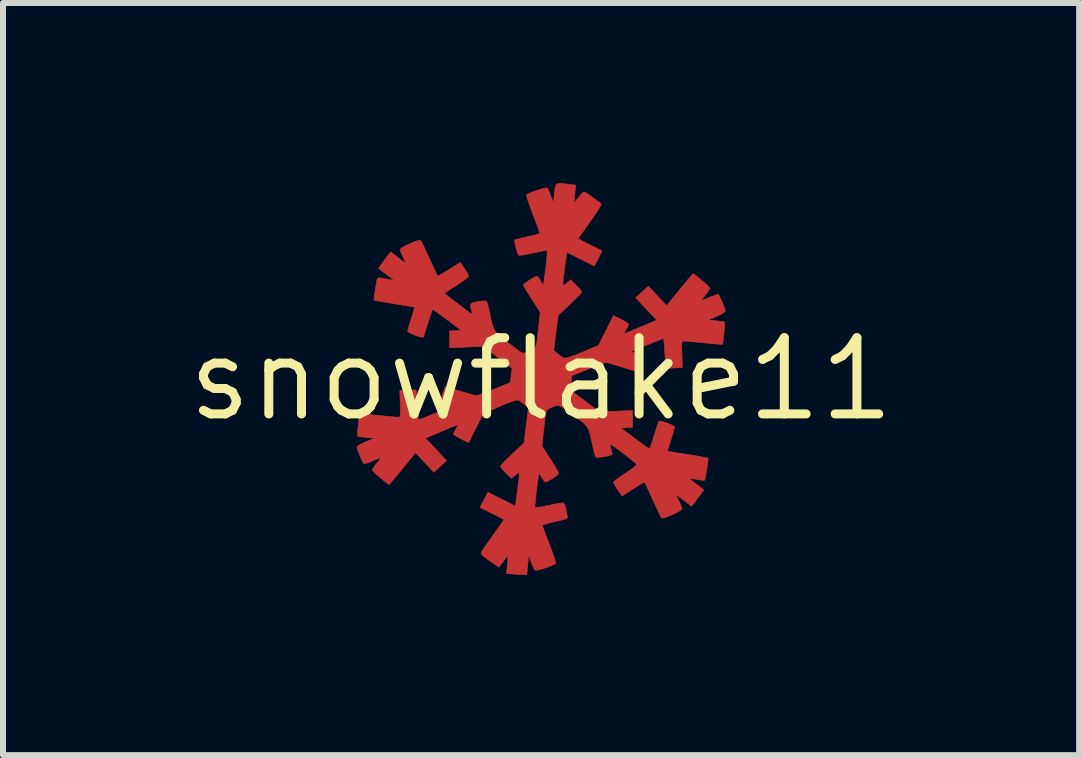
<source format=kicad_pcb>
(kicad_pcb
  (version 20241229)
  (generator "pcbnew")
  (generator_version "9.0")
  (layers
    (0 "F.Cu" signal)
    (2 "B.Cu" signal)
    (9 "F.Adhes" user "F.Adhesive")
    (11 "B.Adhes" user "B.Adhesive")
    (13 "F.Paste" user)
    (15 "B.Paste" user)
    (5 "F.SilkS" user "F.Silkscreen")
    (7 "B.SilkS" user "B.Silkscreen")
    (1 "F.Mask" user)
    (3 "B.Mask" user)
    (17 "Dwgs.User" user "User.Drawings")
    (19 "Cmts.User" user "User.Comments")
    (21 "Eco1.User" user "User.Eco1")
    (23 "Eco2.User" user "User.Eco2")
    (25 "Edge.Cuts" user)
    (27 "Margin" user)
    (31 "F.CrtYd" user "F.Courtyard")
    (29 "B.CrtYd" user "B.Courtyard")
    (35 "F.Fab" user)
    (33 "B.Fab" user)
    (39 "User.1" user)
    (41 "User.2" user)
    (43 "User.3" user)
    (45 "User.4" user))
  (footprint "snowflake11"
    (layer "F.Cu")
    (at 5.964 3.266)
    (property "Reference" "snowflake11" (at 0 0 0) (layer "F.SilkS") (effects (font (size 1.27 1.27) (thickness 0.15))))
    (attr through_hole)
    (fp_poly (pts (xy 0.37 -3.257) (xy 0.462 -3.246) (xy 0.575 -3.232) (xy 0.549 -2.932) (xy 0.598 -2.993) (xy 0.651 -3.062) (xy 0.687 -3.102) (xy 0.717 -3.115) (xy 0.751 -3.103) (xy 0.802 -3.068) (xy 0.847 -3.036) (xy 0.914 -2.987) (xy 0.967 -2.947) (xy 0.999 -2.923) (xy 1.002 -2.921) (xy 0.996 -2.899) (xy 0.969 -2.85) (xy 0.924 -2.778) (xy 0.865 -2.691) (xy 0.816 -2.622) (xy 0.614 -2.339) (xy 0.815 -2.238) (xy 1.016 -2.137) (xy 0.952 -2.011) (xy 0.888 -1.884) (xy 0.429 -2.114) (xy 0.394 -1.856) (xy 0.378 -1.733) (xy 0.367 -1.647) (xy 0.363 -1.593) (xy 0.366 -1.566) (xy 0.377 -1.561) (xy 0.397 -1.573) (xy 0.425 -1.596) (xy 0.426 -1.598) (xy 0.493 -1.654) (xy 0.585 -1.563) (xy 0.634 -1.512) (xy 0.667 -1.471) (xy 0.677 -1.453) (xy 0.663 -1.431) (xy 0.623 -1.387) (xy 0.563 -1.327) (xy 0.49 -1.257) (xy 0.481 -1.248) (xy 0.285 -1.064) (xy 0.21 -0.477) (xy 0.28 -0.419) (xy 0.332 -0.379) (xy 0.376 -0.353) (xy 0.385 -0.349) (xy 0.417 -0.352) (xy 0.479 -0.37) (xy 0.563 -0.399) (xy 0.662 -0.438) (xy 0.688 -0.449) (xy 0.956 -0.561) (xy 1.207 -1.059) (xy 1.334 -0.995) (xy 1.398 -0.96) (xy 1.443 -0.932) (xy 1.46 -0.915) (xy 1.45 -0.888) (xy 1.425 -0.842) (xy 1.418 -0.831) (xy 1.395 -0.787) (xy 1.39 -0.763) (xy 1.392 -0.762) (xy 1.416 -0.77) (xy 1.471 -0.791) (xy 1.55 -0.824) (xy 1.645 -0.863) (xy 1.667 -0.873) (xy 1.926 -0.983) (xy 1.825 -1.089) (xy 1.76 -1.159) (xy 1.693 -1.231) (xy 1.651 -1.277) (xy 1.577 -1.359) (xy 1.683 -1.453) (xy 1.789 -1.548) (xy 1.94 -1.386) (xy 2.091 -1.223) (xy 2.308 -1.49) (xy 2.381 -1.58) (xy 2.445 -1.656) (xy 2.495 -1.715) (xy 2.525 -1.75) (xy 2.533 -1.757) (xy 2.554 -1.744) (xy 2.597 -1.711) (xy 2.653 -1.665) (xy 2.711 -1.615) (xy 2.764 -1.569) (xy 2.8 -1.534) (xy 2.812 -1.52) (xy 2.803 -1.495) (xy 2.774 -1.449) (xy 2.742 -1.407) (xy 2.702 -1.357) (xy 2.679 -1.322) (xy 2.677 -1.312) (xy 2.701 -1.32) (xy 2.753 -1.34) (xy 2.818 -1.366) (xy 2.884 -1.393) (xy 2.934 -1.41) (xy 2.954 -1.413) (xy 2.97 -1.386) (xy 2.995 -1.333) (xy 3.023 -1.267) (xy 3.048 -1.202) (xy 3.065 -1.153) (xy 3.069 -1.134) (xy 3.051 -1.113) (xy 3.003 -1.082) (xy 2.935 -1.049) (xy 2.926 -1.045) (xy 2.783 -0.984) (xy 2.916 -0.972) (xy 2.986 -0.964) (xy 3.037 -0.956) (xy 3.057 -0.95) (xy 3.058 -0.927) (xy 3.056 -0.874) (xy 3.051 -0.803) (xy 3.043 -0.726) (xy 3.035 -0.655) (xy 3.028 -0.603) (xy 3.022 -0.581) (xy 2.999 -0.58) (xy 2.943 -0.583) (xy 2.859 -0.59) (xy 2.757 -0.6) (xy 2.719 -0.604) (xy 2.608 -0.615) (xy 2.51 -0.624) (xy 2.433 -0.631) (xy 2.387 -0.634) (xy 2.381 -0.634) (xy 2.362 -0.632) (xy 2.35 -0.62) (xy 2.344 -0.591) (xy 2.342 -0.537) (xy 2.345 -0.451) (xy 2.346 -0.415) (xy 2.354 -0.194) (xy 2.22 -0.186) (xy 2.15 -0.182) (xy 2.099 -0.18) (xy 2.081 -0.18) (xy 2.078 -0.2) (xy 2.073 -0.254) (xy 2.068 -0.334) (xy 2.062 -0.429) (xy 2.055 -0.526) (xy 2.049 -0.605) (xy 2.043 -0.658) (xy 2.038 -0.677) (xy 2.016 -0.67) (xy 1.963 -0.649) (xy 1.885 -0.618) (xy 1.79 -0.579) (xy 1.762 -0.568) (xy 1.495 -0.458) (xy 1.583 -0.428) (xy 1.637 -0.405) (xy 1.669 -0.381) (xy 1.672 -0.372) (xy 1.666 -0.342) (xy 1.651 -0.287) (xy 1.632 -0.224) (xy 1.613 -0.168) (xy 1.599 -0.134) (xy 1.597 -0.131) (xy 1.576 -0.134) (xy 1.523 -0.148) (xy 1.446 -0.171) (xy 1.353 -0.2) (xy 1.257 -0.229) (xy 1.174 -0.254) (xy 1.113 -0.27) (xy 1.084 -0.275) (xy 1.054 -0.268) (xy 0.993 -0.247) (xy 0.909 -0.216) (xy 0.81 -0.177) (xy 0.783 -0.166) (xy 0.512 -0.057) (xy 0.498 0.059) (xy 0.493 0.126) (xy 0.495 0.175) (xy 0.501 0.191) (xy 0.524 0.209) (xy 0.574 0.247) (xy 0.644 0.3) (xy 0.728 0.362) (xy 0.747 0.377) (xy 0.976 0.545) (xy 1.25 0.534) (xy 1.524 0.523) (xy 1.524 0.802) (xy 1.428 0.808) (xy 1.332 0.815) (xy 1.565 0.99) (xy 1.65 1.053) (xy 1.723 1.106) (xy 1.776 1.144) (xy 1.803 1.163) (xy 1.805 1.164) (xy 1.814 1.145) (xy 1.832 1.094) (xy 1.858 1.019) (xy 1.884 0.937) (xy 1.913 0.845) (xy 1.938 0.77) (xy 1.955 0.718) (xy 1.962 0.7) (xy 1.986 0.699) (xy 2.035 0.71) (xy 2.097 0.731) (xy 2.157 0.755) (xy 2.203 0.779) (xy 2.222 0.797) (xy 2.223 0.797) (xy 2.216 0.829) (xy 2.2 0.89) (xy 2.176 0.97) (xy 2.162 1.013) (xy 2.102 1.201) (xy 2.439 1.255) (xy 2.553 1.273) (xy 2.651 1.29) (xy 2.727 1.304) (xy 2.772 1.313) (xy 2.783 1.316) (xy 2.782 1.338) (xy 2.776 1.391) (xy 2.766 1.461) (xy 2.754 1.538) (xy 2.742 1.608) (xy 2.731 1.662) (xy 2.724 1.686) (xy 2.724 1.686) (xy 2.701 1.686) (xy 2.649 1.68) (xy 2.603 1.672) (xy 2.54 1.662) (xy 2.495 1.657) (xy 2.483 1.659) (xy 2.495 1.674) (xy 2.533 1.707) (xy 2.589 1.752) (xy 2.593 1.755) (xy 2.71 1.844) (xy 2.646 1.933) (xy 2.6 1.995) (xy 2.559 2.051) (xy 2.544 2.07) (xy 2.507 2.118) (xy 2.383 2.022) (xy 2.323 1.976) (xy 2.276 1.942) (xy 2.252 1.926) (xy 2.251 1.926) (xy 2.255 1.943) (xy 2.275 1.987) (xy 2.296 2.031) (xy 2.326 2.093) (xy 2.345 2.142) (xy 2.349 2.159) (xy 2.332 2.179) (xy 2.285 2.208) (xy 2.221 2.24) (xy 2.15 2.272) (xy 2.083 2.298) (xy 2.033 2.314) (xy 2.009 2.313) (xy 1.994 2.289) (xy 1.966 2.233) (xy 1.928 2.153) (xy 1.883 2.057) (xy 1.862 2.011) (xy 1.816 1.91) (xy 1.776 1.824) (xy 1.745 1.759) (xy 1.727 1.722) (xy 1.724 1.717) (xy 1.704 1.725) (xy 1.657 1.751) (xy 1.59 1.792) (xy 1.532 1.828) (xy 1.348 1.948) (xy 1.277 1.842) (xy 1.239 1.783) (xy 1.214 1.736) (xy 1.206 1.716) (xy 1.223 1.697) (xy 1.269 1.661) (xy 1.336 1.613) (xy 1.409 1.564) (xy 1.498 1.505) (xy 1.555 1.463) (xy 1.584 1.435) (xy 1.589 1.416) (xy 1.584 1.408) (xy 1.539 1.371) (xy 1.477 1.321) (xy 1.405 1.265) (xy 1.33 1.208) (xy 1.259 1.156) (xy 1.201 1.114) (xy 1.163 1.089) (xy 1.152 1.084) (xy 1.152 1.108) (xy 1.162 1.156) (xy 1.165 1.165) (xy 1.178 1.217) (xy 1.185 1.249) (xy 1.185 1.251) (xy 1.166 1.263) (xy 1.119 1.277) (xy 1.056 1.29) (xy 0.992 1.299) (xy 0.939 1.303) (xy 0.912 1.299) (xy 0.911 1.298) (xy 0.9 1.27) (xy 0.883 1.212) (xy 0.864 1.135) (xy 0.859 1.111) (xy 0.833 0.992) (xy 0.812 0.904) (xy 0.79 0.84) (xy 0.762 0.79) (xy 0.723 0.745) (xy 0.667 0.697) (xy 0.588 0.636) (xy 0.546 0.604) (xy 0.451 0.531) (xy 0.382 0.482) (xy 0.331 0.452) (xy 0.289 0.441) (xy 0.249 0.444) (xy 0.202 0.46) (xy 0.158 0.478) (xy 0.129 0.491) (xy 0.108 0.508) (xy 0.092 0.533) (xy 0.079 0.575) (xy 0.068 0.64) (xy 0.056 0.733) (xy 0.042 0.862) (xy 0.041 0.87) (xy 0.015 1.115) (xy 0.156 1.334) (xy 0.21 1.419) (xy 0.254 1.492) (xy 0.284 1.545) (xy 0.296 1.57) (xy 0.296 1.57) (xy 0.28 1.59) (xy 0.238 1.622) (xy 0.184 1.658) (xy 0.13 1.69) (xy 0.087 1.711) (xy 0.074 1.714) (xy 0.051 1.697) (xy 0.021 1.655) (xy 0.012 1.64) (xy -0.015 1.596) (xy -0.033 1.574) (xy -0.035 1.574) (xy -0.041 1.597) (xy -0.05 1.653) (xy -0.061 1.731) (xy -0.072 1.823) (xy -0.084 1.918) (xy -0.093 2.006) (xy -0.1 2.078) (xy -0.103 2.124) (xy -0.102 2.135) (xy -0.08 2.138) (xy -0.026 2.132) (xy 0.053 2.118) (xy 0.127 2.103) (xy 0.22 2.083) (xy 0.299 2.069) (xy 0.353 2.061) (xy 0.373 2.062) (xy 0.392 2.087) (xy 0.408 2.137) (xy 0.412 2.152) (xy 0.424 2.218) (xy 0.436 2.273) (xy 0.437 2.279) (xy 0.439 2.3) (xy 0.429 2.316) (xy 0.398 2.331) (xy 0.342 2.347) (xy 0.252 2.369) (xy 0.235 2.372) (xy 0.146 2.394) (xy 0.076 2.413) (xy 0.032 2.429) (xy 0.021 2.436) (xy 0.028 2.46) (xy 0.049 2.517) (xy 0.079 2.598) (xy 0.117 2.697) (xy 0.138 2.752) (xy 0.177 2.857) (xy 0.21 2.948) (xy 0.233 3.019) (xy 0.244 3.061) (xy 0.244 3.069) (xy 0.217 3.087) (xy 0.164 3.111) (xy 0.095 3.137) (xy 0.022 3.16) (xy -0.044 3.178) (xy -0.09 3.186) (xy -0.104 3.183) (xy -0.121 3.154) (xy -0.145 3.099) (xy -0.164 3.048) (xy -0.207 2.932) (xy -0.222 3.096) (xy -0.238 3.26) (xy -0.325 3.256) (xy -0.406 3.251) (xy -0.487 3.245) (xy -0.494 3.244) (xy -0.576 3.236) (xy -0.561 3.089) (xy -0.555 3.016) (xy -0.553 2.964) (xy -0.555 2.942) (xy -0.555 2.942) (xy -0.571 2.958) (xy -0.604 2.998) (xy -0.633 3.038) (xy -0.701 3.133) (xy -0.858 3.025) (xy -0.934 2.97) (xy -0.979 2.932) (xy -0.994 2.91) (xy -0.55 2.91) (xy -0.54 2.921) (xy -0.529 2.91) (xy -0.54 2.9) (xy -0.55 2.91) (xy -0.994 2.91) (xy -0.998 2.904) (xy -0.997 2.883) (xy -0.996 2.882) (xy -0.977 2.853) (xy -0.939 2.796) (xy -0.886 2.72) (xy -0.822 2.631) (xy -0.796 2.593) (xy -0.614 2.339) (xy -0.815 2.238) (xy -1.016 2.137) (xy -0.952 2.011) (xy -0.888 1.884) (xy -0.429 2.114) (xy -0.394 1.856) (xy -0.378 1.733) (xy -0.367 1.647) (xy -0.363 1.593) (xy -0.367 1.566) (xy -0.377 1.561) (xy -0.397 1.573) (xy -0.425 1.596) (xy -0.427 1.597) (xy -0.493 1.654) (xy -0.585 1.563) (xy -0.634 1.512) (xy -0.667 1.471) (xy -0.677 1.453) (xy -0.663 1.431) (xy -0.623 1.387) (xy -0.563 1.327) (xy -0.49 1.257) (xy -0.481 1.248) (xy -0.285 1.064) (xy -0.21 0.477) (xy -0.28 0.419) (xy -0.332 0.379) (xy -0.376 0.352) (xy -0.385 0.349) (xy -0.417 0.352) (xy -0.48 0.371) (xy -0.565 0.402) (xy -0.666 0.443) (xy -0.693 0.455) (xy -0.965 0.574) (xy -1.086 0.816) (xy -1.207 1.059) (xy -1.334 0.995) (xy -1.398 0.96) (xy -1.443 0.932) (xy -1.46 0.915) (xy -1.45 0.888) (xy -1.425 0.842) (xy -1.418 0.831) (xy -1.395 0.787) (xy -1.39 0.763) (xy -1.392 0.762) (xy -1.416 0.77) (xy -1.471 0.791) (xy -1.55 0.824) (xy -1.645 0.863) (xy -1.667 0.873) (xy -1.926 0.983) (xy -1.825 1.089) (xy -1.76 1.159) (xy -1.693 1.231) (xy -1.651 1.277) (xy -1.577 1.358) (xy -1.683 1.455) (xy -1.788 1.551) (xy -2.091 1.223) (xy -2.308 1.49) (xy -2.381 1.58) (xy -2.445 1.656) (xy -2.495 1.715) (xy -2.525 1.75) (xy -2.533 1.757) (xy -2.554 1.744) (xy -2.597 1.711) (xy -2.653 1.665) (xy -2.711 1.615) (xy -2.764 1.569) (xy -2.8 1.534) (xy -2.812 1.52) (xy -2.803 1.495) (xy -2.774 1.449) (xy -2.742 1.407) (xy -2.702 1.357) (xy -2.679 1.322) (xy -2.677 1.312) (xy -2.701 1.32) (xy -2.753 1.34) (xy -2.818 1.366) (xy -2.884 1.393) (xy -2.933 1.41) (xy -2.953 1.414) (xy -2.968 1.388) (xy -2.992 1.335) (xy -3.02 1.27) (xy -3.045 1.205) (xy -3.064 1.154) (xy -3.069 1.132) (xy -3.051 1.112) (xy -3.003 1.083) (xy -2.934 1.051) (xy -2.921 1.045) (xy -2.773 0.984) (xy -2.91 0.972) (xy -2.982 0.964) (xy -3.035 0.957) (xy -3.057 0.951) (xy -3.058 0.928) (xy -3.056 0.874) (xy -3.05 0.803) (xy -3.043 0.726) (xy -3.035 0.655) (xy -3.028 0.603) (xy -3.022 0.581) (xy -2.999 0.58) (xy -2.943 0.583) (xy -2.859 0.59) (xy -2.757 0.6) (xy -2.719 0.604) (xy -2.608 0.615) (xy -2.51 0.624) (xy -2.433 0.631) (xy -2.387 0.634) (xy -2.381 0.634) (xy -2.362 0.632) (xy -2.35 0.62) (xy -2.344 0.591) (xy -2.342 0.537) (xy -2.345 0.451) (xy -2.346 0.415) (xy -2.354 0.194) (xy -2.22 0.186) (xy -2.15 0.182) (xy -2.099 0.18) (xy -2.081 0.18) (xy -2.078 0.2) (xy -2.073 0.254) (xy -2.068 0.334) (xy -2.062 0.429) (xy -2.055 0.526) (xy -2.049 0.605) (xy -2.043 0.658) (xy -2.038 0.677) (xy -2.016 0.67) (xy -1.963 0.649) (xy -1.885 0.618) (xy -1.79 0.579) (xy -1.762 0.568) (xy -1.495 0.458) (xy -1.583 0.428) (xy -1.637 0.405) (xy -1.669 0.381) (xy -1.672 0.372) (xy -1.666 0.342) (xy -1.651 0.287) (xy -1.632 0.224) (xy -1.613 0.168) (xy -1.599 0.134) (xy -1.597 0.131) (xy -1.576 0.134) (xy -1.523 0.148) (xy -1.445 0.171) (xy -1.351 0.199) (xy -1.35 0.2) (xy -1.253 0.229) (xy -1.169 0.253) (xy -1.107 0.269) (xy -1.077 0.275) (xy -1.051 0.268) (xy -0.995 0.248) (xy -0.917 0.219) (xy -0.828 0.185) (xy -0.735 0.148) (xy -0.649 0.114) (xy -0.577 0.084) (xy -0.53 0.063) (xy -0.515 0.056) (xy -0.511 0.035) (xy -0.504 -0.015) (xy -0.498 -0.065) (xy -0.483 -0.182) (xy -0.725 -0.364) (xy -0.967 -0.546) (xy -1.245 -0.534) (xy -1.524 -0.523) (xy -1.524 -0.802) (xy -1.428 -0.808) (xy -1.332 -0.815) (xy -1.565 -0.99) (xy -1.65 -1.053) (xy -1.723 -1.106) (xy -1.776 -1.144) (xy -1.803 -1.163) (xy -1.805 -1.164) (xy -1.814 -1.145) (xy -1.832 -1.094) (xy -1.858 -1.019) (xy -1.884 -0.937) (xy -1.913 -0.845) (xy -1.938 -0.77) (xy -1.955 -0.718) (xy -1.962 -0.7) (xy -1.986 -0.699) (xy -2.035 -0.71) (xy -2.097 -0.731) (xy -2.157 -0.755) (xy -2.203 -0.779) (xy -2.222 -0.797) (xy -2.223 -0.797) (xy -2.216 -0.829) (xy -2.2 -0.89) (xy -2.176 -0.97) (xy -2.162 -1.013) (xy -2.102 -1.201) (xy -2.439 -1.255) (xy -2.553 -1.273) (xy -2.652 -1.29) (xy -2.727 -1.304) (xy -2.773 -1.313) (xy -2.783 -1.316) (xy -2.784 -1.339) (xy -2.778 -1.391) (xy -2.771 -1.439) (xy -2.757 -1.52) (xy -2.745 -1.595) (xy -2.74 -1.626) (xy -2.728 -1.673) (xy -2.706 -1.689) (xy -2.671 -1.685) (xy -2.611 -1.674) (xy -2.54 -1.662) (xy -2.529 -1.66) (xy -2.445 -1.646) (xy -2.577 -1.746) (xy -2.709 -1.845) (xy -2.645 -1.933) (xy -2.6 -1.996) (xy -2.558 -2.052) (xy -2.543 -2.071) (xy -2.506 -2.12) (xy -2.401 -2.038) (xy -2.327 -1.98) (xy -2.282 -1.949) (xy -2.263 -1.945) (xy -2.265 -1.966) (xy -2.287 -2.013) (xy -2.295 -2.029) (xy -2.325 -2.092) (xy -2.345 -2.141) (xy -2.349 -2.16) (xy -2.332 -2.179) (xy -2.285 -2.208) (xy -2.221 -2.24) (xy -2.15 -2.272) (xy -2.084 -2.298) (xy -2.033 -2.314) (xy -2.009 -2.313) (xy -1.994 -2.289) (xy -1.966 -2.233) (xy -1.928 -2.154) (xy -1.883 -2.057) (xy -1.861 -2.011) (xy -1.815 -1.91) (xy -1.775 -1.824) (xy -1.744 -1.759) (xy -1.727 -1.723) (xy -1.724 -1.717) (xy -1.704 -1.725) (xy -1.657 -1.751) (xy -1.59 -1.791) (xy -1.532 -1.827) (xy -1.347 -1.945) (xy -1.277 -1.841) (xy -1.239 -1.782) (xy -1.213 -1.735) (xy -1.206 -1.715) (xy -1.223 -1.696) (xy -1.269 -1.659) (xy -1.336 -1.611) (xy -1.408 -1.564) (xy -1.488 -1.512) (xy -1.552 -1.47) (xy -1.595 -1.44) (xy -1.609 -1.43) (xy -1.593 -1.416) (xy -1.551 -1.382) (xy -1.491 -1.335) (xy -1.419 -1.279) (xy -1.344 -1.222) (xy -1.274 -1.169) (xy -1.215 -1.125) (xy -1.176 -1.097) (xy -1.167 -1.091) (xy -1.147 -1.087) (xy -1.15 -1.114) (xy -1.172 -1.19) (xy -1.178 -1.236) (xy -1.162 -1.262) (xy -1.119 -1.277) (xy -1.057 -1.29) (xy -0.987 -1.301) (xy -0.933 -1.303) (xy -0.91 -1.298) (xy -0.898 -1.27) (xy -0.882 -1.212) (xy -0.863 -1.135) (xy -0.858 -1.111) (xy -0.833 -0.992) (xy -0.812 -0.906) (xy -0.79 -0.842) (xy -0.762 -0.792) (xy -0.722 -0.747) (xy -0.665 -0.697) (xy -0.585 -0.634) (xy -0.562 -0.617) (xy -0.477 -0.552) (xy -0.403 -0.496) (xy -0.347 -0.455) (xy -0.315 -0.434) (xy -0.312 -0.433) (xy -0.277 -0.435) (xy -0.221 -0.451) (xy -0.187 -0.465) (xy -0.148 -0.483) (xy -0.119 -0.5) (xy -0.098 -0.525) (xy -0.083 -0.562) (xy -0.07 -0.62) (xy -0.059 -0.704) (xy -0.046 -0.821) (xy -0.041 -0.87) (xy -0.015 -1.115) (xy -0.156 -1.334) (xy -0.21 -1.419) (xy -0.254 -1.491) (xy -0.284 -1.543) (xy -0.296 -1.567) (xy -0.296 -1.568) (xy -0.28 -1.587) (xy -0.239 -1.618) (xy -0.185 -1.655) (xy -0.13 -1.688) (xy -0.087 -1.71) (xy -0.071 -1.714) (xy -0.049 -1.698) (xy -0.018 -1.656) (xy -0.007 -1.637) (xy 0.038 -1.56) (xy 0.05 -1.643) (xy 0.063 -1.734) (xy 0.075 -1.834) (xy 0.087 -1.934) (xy 0.096 -2.023) (xy 0.102 -2.094) (xy 0.104 -2.137) (xy 0.103 -2.146) (xy 0.081 -2.145) (xy 0.026 -2.135) (xy -0.053 -2.119) (xy -0.127 -2.103) (xy -0.22 -2.083) (xy -0.298 -2.069) (xy -0.353 -2.061) (xy -0.372 -2.061) (xy -0.386 -2.084) (xy -0.403 -2.134) (xy -0.421 -2.196) (xy -0.434 -2.258) (xy -0.441 -2.304) (xy -0.439 -2.32) (xy -0.417 -2.327) (xy -0.363 -2.341) (xy -0.286 -2.359) (xy -0.233 -2.371) (xy -0.146 -2.391) (xy -0.077 -2.408) (xy -0.033 -2.42) (xy -0.024 -2.424) (xy -0.028 -2.446) (xy -0.045 -2.501) (xy -0.073 -2.58) (xy -0.11 -2.679) (xy -0.134 -2.743) (xy -0.175 -2.85) (xy -0.196 -2.91) (xy 0.529 -2.91) (xy 0.54 -2.9) (xy 0.55 -2.91) (xy 0.54 -2.921) (xy 0.529 -2.91) (xy -0.196 -2.91) (xy -0.208 -2.943) (xy -0.231 -3.015) (xy -0.243 -3.059) (xy -0.244 -3.069) (xy -0.217 -3.087) (xy -0.164 -3.111) (xy -0.095 -3.137) (xy -0.022 -3.16) (xy 0.044 -3.178) (xy 0.09 -3.186) (xy 0.104 -3.184) (xy 0.121 -3.154) (xy 0.145 -3.099) (xy 0.164 -3.048) (xy 0.207 -2.932) (xy 0.222 -3.096) (xy 0.23 -3.174) (xy 0.241 -3.224) (xy 0.262 -3.252) (xy 0.303 -3.261) (xy 0.37 -3.257)) (stroke (width 0.01) (type solid)) (fill yes) (layer "F.Cu"))
    (fp_poly (pts (xy 0.37 -3.257) (xy 0.462 -3.246) (xy 0.575 -3.232) (xy 0.549 -2.932) (xy 0.598 -2.993) (xy 0.651 -3.062) (xy 0.687 -3.102) (xy 0.717 -3.115) (xy 0.751 -3.103) (xy 0.802 -3.068) (xy 0.847 -3.036) (xy 0.914 -2.987) (xy 0.967 -2.947) (xy 0.999 -2.923) (xy 1.002 -2.921) (xy 0.996 -2.899) (xy 0.969 -2.85) (xy 0.924 -2.778) (xy 0.865 -2.691) (xy 0.816 -2.622) (xy 0.614 -2.339) (xy 0.815 -2.238) (xy 1.016 -2.137) (xy 0.952 -2.011) (xy 0.888 -1.884) (xy 0.429 -2.114) (xy 0.394 -1.856) (xy 0.378 -1.733) (xy 0.367 -1.647) (xy 0.363 -1.593) (xy 0.366 -1.566) (xy 0.377 -1.561) (xy 0.397 -1.573) (xy 0.425 -1.596) (xy 0.426 -1.598) (xy 0.493 -1.654) (xy 0.585 -1.563) (xy 0.634 -1.512) (xy 0.667 -1.471) (xy 0.677 -1.453) (xy 0.663 -1.431) (xy 0.623 -1.387) (xy 0.563 -1.327) (xy 0.49 -1.257) (xy 0.481 -1.248) (xy 0.285 -1.064) (xy 0.21 -0.477) (xy 0.28 -0.419) (xy 0.332 -0.379) (xy 0.376 -0.353) (xy 0.385 -0.349) (xy 0.417 -0.352) (xy 0.479 -0.37) (xy 0.563 -0.399) (xy 0.662 -0.438) (xy 0.688 -0.449) (xy 0.956 -0.561) (xy 1.207 -1.059) (xy 1.334 -0.995) (xy 1.398 -0.96) (xy 1.443 -0.932) (xy 1.46 -0.915) (xy 1.45 -0.888) (xy 1.425 -0.842) (xy 1.418 -0.831) (xy 1.395 -0.787) (xy 1.39 -0.763) (xy 1.392 -0.762) (xy 1.416 -0.77) (xy 1.471 -0.791) (xy 1.55 -0.824) (xy 1.645 -0.863) (xy 1.667 -0.873) (xy 1.926 -0.983) (xy 1.825 -1.089) (xy 1.76 -1.159) (xy 1.693 -1.231) (xy 1.651 -1.277) (xy 1.577 -1.359) (xy 1.683 -1.453) (xy 1.789 -1.548) (xy 1.94 -1.386) (xy 2.091 -1.223) (xy 2.308 -1.49) (xy 2.381 -1.58) (xy 2.445 -1.656) (xy 2.495 -1.715) (xy 2.525 -1.75) (xy 2.533 -1.757) (xy 2.554 -1.744) (xy 2.597 -1.711) (xy 2.653 -1.665) (xy 2.711 -1.615) (xy 2.764 -1.569) (xy 2.8 -1.534) (xy 2.812 -1.52) (xy 2.803 -1.495) (xy 2.774 -1.449) (xy 2.742 -1.407) (xy 2.702 -1.357) (xy 2.679 -1.322) (xy 2.677 -1.312) (xy 2.701 -1.32) (xy 2.753 -1.34) (xy 2.818 -1.366) (xy 2.884 -1.393) (xy 2.934 -1.41) (xy 2.954 -1.413) (xy 2.97 -1.386) (xy 2.995 -1.333) (xy 3.023 -1.267) (xy 3.048 -1.202) (xy 3.065 -1.153) (xy 3.069 -1.134) (xy 3.051 -1.113) (xy 3.003 -1.082) (xy 2.935 -1.049) (xy 2.926 -1.045) (xy 2.783 -0.984) (xy 2.916 -0.972) (xy 2.986 -0.964) (xy 3.037 -0.956) (xy 3.057 -0.95) (xy 3.058 -0.927) (xy 3.056 -0.874) (xy 3.051 -0.803) (xy 3.043 -0.726) (xy 3.035 -0.655) (xy 3.028 -0.603) (xy 3.022 -0.581) (xy 2.999 -0.58) (xy 2.943 -0.583) (xy 2.859 -0.59) (xy 2.757 -0.6) (xy 2.719 -0.604) (xy 2.608 -0.615) (xy 2.51 -0.624) (xy 2.433 -0.631) (xy 2.387 -0.634) (xy 2.381 -0.634) (xy 2.362 -0.632) (xy 2.35 -0.62) (xy 2.344 -0.591) (xy 2.342 -0.537) (xy 2.345 -0.451) (xy 2.346 -0.415) (xy 2.354 -0.194) (xy 2.22 -0.186) (xy 2.15 -0.182) (xy 2.099 -0.18) (xy 2.081 -0.18) (xy 2.078 -0.2) (xy 2.073 -0.254) (xy 2.068 -0.334) (xy 2.062 -0.429) (xy 2.055 -0.526) (xy 2.049 -0.605) (xy 2.043 -0.658) (xy 2.038 -0.677) (xy 2.016 -0.67) (xy 1.963 -0.649) (xy 1.885 -0.618) (xy 1.79 -0.579) (xy 1.762 -0.568) (xy 1.495 -0.458) (xy 1.583 -0.428) (xy 1.637 -0.405) (xy 1.669 -0.381) (xy 1.672 -0.372) (xy 1.666 -0.342) (xy 1.651 -0.287) (xy 1.632 -0.224) (xy 1.613 -0.168) (xy 1.599 -0.134) (xy 1.597 -0.131) (xy 1.576 -0.134) (xy 1.523 -0.148) (xy 1.446 -0.171) (xy 1.353 -0.2) (xy 1.257 -0.229) (xy 1.174 -0.254) (xy 1.113 -0.27) (xy 1.084 -0.275) (xy 1.054 -0.268) (xy 0.993 -0.247) (xy 0.909 -0.216) (xy 0.81 -0.177) (xy 0.783 -0.166) (xy 0.512 -0.057) (xy 0.498 0.059) (xy 0.493 0.126) (xy 0.495 0.175) (xy 0.501 0.191) (xy 0.524 0.209) (xy 0.574 0.247) (xy 0.644 0.3) (xy 0.728 0.362) (xy 0.747 0.377) (xy 0.976 0.545) (xy 1.25 0.534) (xy 1.524 0.523) (xy 1.524 0.802) (xy 1.428 0.808) (xy 1.332 0.815) (xy 1.565 0.99) (xy 1.65 1.053) (xy 1.723 1.106) (xy 1.776 1.144) (xy 1.803 1.163) (xy 1.805 1.164) (xy 1.814 1.145) (xy 1.832 1.094) (xy 1.858 1.019) (xy 1.884 0.937) (xy 1.913 0.845) (xy 1.938 0.77) (xy 1.955 0.718) (xy 1.962 0.7) (xy 1.986 0.699) (xy 2.035 0.71) (xy 2.097 0.731) (xy 2.157 0.755) (xy 2.203 0.779) (xy 2.222 0.797) (xy 2.223 0.797) (xy 2.216 0.829) (xy 2.2 0.89) (xy 2.176 0.97) (xy 2.162 1.013) (xy 2.102 1.201) (xy 2.439 1.255) (xy 2.553 1.273) (xy 2.651 1.29) (xy 2.727 1.304) (xy 2.772 1.313) (xy 2.783 1.316) (xy 2.782 1.338) (xy 2.776 1.391) (xy 2.766 1.461) (xy 2.754 1.538) (xy 2.742 1.608) (xy 2.731 1.662) (xy 2.724 1.686) (xy 2.724 1.686) (xy 2.701 1.686) (xy 2.649 1.68) (xy 2.603 1.672) (xy 2.54 1.662) (xy 2.495 1.657) (xy 2.483 1.659) (xy 2.495 1.674) (xy 2.533 1.707) (xy 2.589 1.752) (xy 2.593 1.755) (xy 2.71 1.844) (xy 2.646 1.933) (xy 2.6 1.995) (xy 2.559 2.051) (xy 2.544 2.07) (xy 2.507 2.118) (xy 2.383 2.022) (xy 2.323 1.976) (xy 2.276 1.942) (xy 2.252 1.926) (xy 2.251 1.926) (xy 2.255 1.943) (xy 2.275 1.987) (xy 2.296 2.031) (xy 2.326 2.093) (xy 2.345 2.142) (xy 2.349 2.159) (xy 2.332 2.179) (xy 2.285 2.208) (xy 2.221 2.24) (xy 2.15 2.272) (xy 2.083 2.298) (xy 2.033 2.314) (xy 2.009 2.313) (xy 1.994 2.289) (xy 1.966 2.233) (xy 1.928 2.153) (xy 1.883 2.057) (xy 1.862 2.011) (xy 1.816 1.91) (xy 1.776 1.824) (xy 1.745 1.759) (xy 1.727 1.722) (xy 1.724 1.717) (xy 1.704 1.725) (xy 1.657 1.751) (xy 1.59 1.792) (xy 1.532 1.828) (xy 1.348 1.948) (xy 1.277 1.842) (xy 1.239 1.783) (xy 1.214 1.736) (xy 1.206 1.716) (xy 1.223 1.697) (xy 1.269 1.661) (xy 1.336 1.613) (xy 1.409 1.564) (xy 1.498 1.505) (xy 1.555 1.463) (xy 1.584 1.435) (xy 1.589 1.416) (xy 1.584 1.408) (xy 1.539 1.371) (xy 1.477 1.321) (xy 1.405 1.265) (xy 1.33 1.208) (xy 1.259 1.156) (xy 1.201 1.114) (xy 1.163 1.089) (xy 1.152 1.084) (xy 1.152 1.108) (xy 1.162 1.156) (xy 1.165 1.165) (xy 1.178 1.217) (xy 1.185 1.249) (xy 1.185 1.251) (xy 1.166 1.263) (xy 1.119 1.277) (xy 1.056 1.29) (xy 0.992 1.299) (xy 0.939 1.303) (xy 0.912 1.299) (xy 0.911 1.298) (xy 0.9 1.27) (xy 0.883 1.212) (xy 0.864 1.135) (xy 0.859 1.111) (xy 0.833 0.992) (xy 0.812 0.904) (xy 0.79 0.84) (xy 0.762 0.79) (xy 0.723 0.745) (xy 0.667 0.697) (xy 0.588 0.636) (xy 0.546 0.604) (xy 0.451 0.531) (xy 0.382 0.482) (xy 0.331 0.452) (xy 0.289 0.441) (xy 0.249 0.444) (xy 0.202 0.46) (xy 0.158 0.478) (xy 0.129 0.491) (xy 0.108 0.508) (xy 0.092 0.533) (xy 0.079 0.575) (xy 0.068 0.64) (xy 0.056 0.733) (xy 0.042 0.862) (xy 0.041 0.87) (xy 0.015 1.115) (xy 0.156 1.334) (xy 0.21 1.419) (xy 0.254 1.492) (xy 0.284 1.545) (xy 0.296 1.57) (xy 0.296 1.57) (xy 0.28 1.59) (xy 0.238 1.622) (xy 0.184 1.658) (xy 0.13 1.69) (xy 0.087 1.711) (xy 0.074 1.714) (xy 0.051 1.697) (xy 0.021 1.655) (xy 0.012 1.64) (xy -0.015 1.596) (xy -0.033 1.574) (xy -0.035 1.574) (xy -0.041 1.597) (xy -0.05 1.653) (xy -0.061 1.731) (xy -0.072 1.823) (xy -0.084 1.918) (xy -0.093 2.006) (xy -0.1 2.078) (xy -0.103 2.124) (xy -0.102 2.135) (xy -0.08 2.138) (xy -0.026 2.132) (xy 0.053 2.118) (xy 0.127 2.103) (xy 0.22 2.083) (xy 0.299 2.069) (xy 0.353 2.061) (xy 0.373 2.062) (xy 0.392 2.087) (xy 0.408 2.137) (xy 0.412 2.152) (xy 0.424 2.218) (xy 0.436 2.273) (xy 0.437 2.279) (xy 0.439 2.3) (xy 0.429 2.316) (xy 0.398 2.331) (xy 0.342 2.347) (xy 0.252 2.369) (xy 0.235 2.372) (xy 0.146 2.394) (xy 0.076 2.413) (xy 0.032 2.429) (xy 0.021 2.436) (xy 0.028 2.46) (xy 0.049 2.517) (xy 0.079 2.598) (xy 0.117 2.697) (xy 0.138 2.752) (xy 0.177 2.857) (xy 0.21 2.948) (xy 0.233 3.019) (xy 0.244 3.061) (xy 0.244 3.069) (xy 0.217 3.087) (xy 0.164 3.111) (xy 0.095 3.137) (xy 0.022 3.16) (xy -0.044 3.178) (xy -0.09 3.186) (xy -0.104 3.183) (xy -0.121 3.154) (xy -0.145 3.099) (xy -0.164 3.048) (xy -0.207 2.932) (xy -0.222 3.096) (xy -0.238 3.26) (xy -0.325 3.256) (xy -0.406 3.251) (xy -0.487 3.245) (xy -0.494 3.244) (xy -0.576 3.236) (xy -0.561 3.089) (xy -0.555 3.016) (xy -0.553 2.964) (xy -0.555 2.942) (xy -0.555 2.942) (xy -0.571 2.958) (xy -0.604 2.998) (xy -0.633 3.038) (xy -0.701 3.133) (xy -0.858 3.025) (xy -0.934 2.97) (xy -0.979 2.932) (xy -0.994 2.91) (xy -0.55 2.91) (xy -0.54 2.921) (xy -0.529 2.91) (xy -0.54 2.9) (xy -0.55 2.91) (xy -0.994 2.91) (xy -0.998 2.904) (xy -0.997 2.883) (xy -0.996 2.882) (xy -0.977 2.853) (xy -0.939 2.796) (xy -0.886 2.72) (xy -0.822 2.631) (xy -0.796 2.593) (xy -0.614 2.339) (xy -0.815 2.238) (xy -1.016 2.137) (xy -0.952 2.011) (xy -0.888 1.884) (xy -0.429 2.114) (xy -0.394 1.856) (xy -0.378 1.733) (xy -0.367 1.647) (xy -0.363 1.593) (xy -0.367 1.566) (xy -0.377 1.561) (xy -0.397 1.573) (xy -0.425 1.596) (xy -0.427 1.597) (xy -0.493 1.654) (xy -0.585 1.563) (xy -0.634 1.512) (xy -0.667 1.471) (xy -0.677 1.453) (xy -0.663 1.431) (xy -0.623 1.387) (xy -0.563 1.327) (xy -0.49 1.257) (xy -0.481 1.248) (xy -0.285 1.064) (xy -0.21 0.477) (xy -0.28 0.419) (xy -0.332 0.379) (xy -0.376 0.352) (xy -0.385 0.349) (xy -0.417 0.352) (xy -0.48 0.371) (xy -0.565 0.402) (xy -0.666 0.443) (xy -0.693 0.455) (xy -0.965 0.574) (xy -1.086 0.816) (xy -1.207 1.059) (xy -1.334 0.995) (xy -1.398 0.96) (xy -1.443 0.932) (xy -1.46 0.915) (xy -1.45 0.888) (xy -1.425 0.842) (xy -1.418 0.831) (xy -1.395 0.787) (xy -1.39 0.763) (xy -1.392 0.762) (xy -1.416 0.77) (xy -1.471 0.791) (xy -1.55 0.824) (xy -1.645 0.863) (xy -1.667 0.873) (xy -1.926 0.983) (xy -1.825 1.089) (xy -1.76 1.159) (xy -1.693 1.231) (xy -1.651 1.277) (xy -1.577 1.358) (xy -1.683 1.455) (xy -1.788 1.551) (xy -2.091 1.223) (xy -2.308 1.49) (xy -2.381 1.58) (xy -2.445 1.656) (xy -2.495 1.715) (xy -2.525 1.75) (xy -2.533 1.757) (xy -2.554 1.744) (xy -2.597 1.711) (xy -2.653 1.665) (xy -2.711 1.615) (xy -2.764 1.569) (xy -2.8 1.534) (xy -2.812 1.52) (xy -2.803 1.495) (xy -2.774 1.449) (xy -2.742 1.407) (xy -2.702 1.357) (xy -2.679 1.322) (xy -2.677 1.312) (xy -2.701 1.32) (xy -2.753 1.34) (xy -2.818 1.366) (xy -2.884 1.393) (xy -2.933 1.41) (xy -2.953 1.414) (xy -2.968 1.388) (xy -2.992 1.335) (xy -3.02 1.27) (xy -3.045 1.205) (xy -3.064 1.154) (xy -3.069 1.132) (xy -3.051 1.112) (xy -3.003 1.083) (xy -2.934 1.051) (xy -2.921 1.045) (xy -2.773 0.984) (xy -2.91 0.972) (xy -2.982 0.964) (xy -3.035 0.957) (xy -3.057 0.951) (xy -3.058 0.928) (xy -3.056 0.874) (xy -3.05 0.803) (xy -3.043 0.726) (xy -3.035 0.655) (xy -3.028 0.603) (xy -3.022 0.581) (xy -2.999 0.58) (xy -2.943 0.583) (xy -2.859 0.59) (xy -2.757 0.6) (xy -2.719 0.604) (xy -2.608 0.615) (xy -2.51 0.624) (xy -2.433 0.631) (xy -2.387 0.634) (xy -2.381 0.634) (xy -2.362 0.632) (xy -2.35 0.62) (xy -2.344 0.591) (xy -2.342 0.537) (xy -2.345 0.451) (xy -2.346 0.415) (xy -2.354 0.194) (xy -2.22 0.186) (xy -2.15 0.182) (xy -2.099 0.18) (xy -2.081 0.18) (xy -2.078 0.2) (xy -2.073 0.254) (xy -2.068 0.334) (xy -2.062 0.429) (xy -2.055 0.526) (xy -2.049 0.605) (xy -2.043 0.658) (xy -2.038 0.677) (xy -2.016 0.67) (xy -1.963 0.649) (xy -1.885 0.618) (xy -1.79 0.579) (xy -1.762 0.568) (xy -1.495 0.458) (xy -1.583 0.428) (xy -1.637 0.405) (xy -1.669 0.381) (xy -1.672 0.372) (xy -1.666 0.342) (xy -1.651 0.287) (xy -1.632 0.224) (xy -1.613 0.168) (xy -1.599 0.134) (xy -1.597 0.131) (xy -1.576 0.134) (xy -1.523 0.148) (xy -1.445 0.171) (xy -1.351 0.199) (xy -1.35 0.2) (xy -1.253 0.229) (xy -1.169 0.253) (xy -1.107 0.269) (xy -1.077 0.275) (xy -1.051 0.268) (xy -0.995 0.248) (xy -0.917 0.219) (xy -0.828 0.185) (xy -0.735 0.148) (xy -0.649 0.114) (xy -0.577 0.084) (xy -0.53 0.063) (xy -0.515 0.056) (xy -0.511 0.035) (xy -0.504 -0.015) (xy -0.498 -0.065) (xy -0.483 -0.182) (xy -0.725 -0.364) (xy -0.967 -0.546) (xy -1.245 -0.534) (xy -1.524 -0.523) (xy -1.524 -0.802) (xy -1.428 -0.808) (xy -1.332 -0.815) (xy -1.565 -0.99) (xy -1.65 -1.053) (xy -1.723 -1.106) (xy -1.776 -1.144) (xy -1.803 -1.163) (xy -1.805 -1.164) (xy -1.814 -1.145) (xy -1.832 -1.094) (xy -1.858 -1.019) (xy -1.884 -0.937) (xy -1.913 -0.845) (xy -1.938 -0.77) (xy -1.955 -0.718) (xy -1.962 -0.7) (xy -1.986 -0.699) (xy -2.035 -0.71) (xy -2.097 -0.731) (xy -2.157 -0.755) (xy -2.203 -0.779) (xy -2.222 -0.797) (xy -2.223 -0.797) (xy -2.216 -0.829) (xy -2.2 -0.89) (xy -2.176 -0.97) (xy -2.162 -1.013) (xy -2.102 -1.201) (xy -2.439 -1.255) (xy -2.553 -1.273) (xy -2.652 -1.29) (xy -2.727 -1.304) (xy -2.773 -1.313) (xy -2.783 -1.316) (xy -2.784 -1.339) (xy -2.778 -1.391) (xy -2.771 -1.439) (xy -2.757 -1.52) (xy -2.745 -1.595) (xy -2.74 -1.626) (xy -2.728 -1.673) (xy -2.706 -1.689) (xy -2.671 -1.685) (xy -2.611 -1.674) (xy -2.54 -1.662) (xy -2.529 -1.66) (xy -2.445 -1.646) (xy -2.577 -1.746) (xy -2.709 -1.845) (xy -2.645 -1.933) (xy -2.6 -1.996) (xy -2.558 -2.052) (xy -2.543 -2.071) (xy -2.506 -2.12) (xy -2.401 -2.038) (xy -2.327 -1.98) (xy -2.282 -1.949) (xy -2.263 -1.945) (xy -2.265 -1.966) (xy -2.287 -2.013) (xy -2.295 -2.029) (xy -2.325 -2.092) (xy -2.345 -2.141) (xy -2.349 -2.16) (xy -2.332 -2.179) (xy -2.285 -2.208) (xy -2.221 -2.24) (xy -2.15 -2.272) (xy -2.084 -2.298) (xy -2.033 -2.314) (xy -2.009 -2.313) (xy -1.994 -2.289) (xy -1.966 -2.233) (xy -1.928 -2.154) (xy -1.883 -2.057) (xy -1.861 -2.011) (xy -1.815 -1.91) (xy -1.775 -1.824) (xy -1.744 -1.759) (xy -1.727 -1.723) (xy -1.724 -1.717) (xy -1.704 -1.725) (xy -1.657 -1.751) (xy -1.59 -1.791) (xy -1.532 -1.827) (xy -1.347 -1.945) (xy -1.277 -1.841) (xy -1.239 -1.782) (xy -1.213 -1.735) (xy -1.206 -1.715) (xy -1.223 -1.696) (xy -1.269 -1.659) (xy -1.336 -1.611) (xy -1.408 -1.564) (xy -1.488 -1.512) (xy -1.552 -1.47) (xy -1.595 -1.44) (xy -1.609 -1.43) (xy -1.593 -1.416) (xy -1.551 -1.382) (xy -1.491 -1.335) (xy -1.419 -1.279) (xy -1.344 -1.222) (xy -1.274 -1.169) (xy -1.215 -1.125) (xy -1.176 -1.097) (xy -1.167 -1.091) (xy -1.147 -1.087) (xy -1.15 -1.114) (xy -1.172 -1.19) (xy -1.178 -1.236) (xy -1.162 -1.262) (xy -1.119 -1.277) (xy -1.057 -1.29) (xy -0.987 -1.301) (xy -0.933 -1.303) (xy -0.91 -1.298) (xy -0.898 -1.27) (xy -0.882 -1.212) (xy -0.863 -1.135) (xy -0.858 -1.111) (xy -0.833 -0.992) (xy -0.812 -0.906) (xy -0.79 -0.842) (xy -0.762 -0.792) (xy -0.722 -0.747) (xy -0.665 -0.697) (xy -0.585 -0.634) (xy -0.562 -0.617) (xy -0.477 -0.552) (xy -0.403 -0.496) (xy -0.347 -0.455) (xy -0.315 -0.434) (xy -0.312 -0.433) (xy -0.277 -0.435) (xy -0.221 -0.451) (xy -0.187 -0.465) (xy -0.148 -0.483) (xy -0.119 -0.5) (xy -0.098 -0.525) (xy -0.083 -0.562) (xy -0.07 -0.62) (xy -0.059 -0.704) (xy -0.046 -0.821) (xy -0.041 -0.87) (xy -0.015 -1.115) (xy -0.156 -1.334) (xy -0.21 -1.419) (xy -0.254 -1.491) (xy -0.284 -1.543) (xy -0.296 -1.567) (xy -0.296 -1.568) (xy -0.28 -1.587) (xy -0.239 -1.618) (xy -0.185 -1.655) (xy -0.13 -1.688) (xy -0.087 -1.71) (xy -0.071 -1.714) (xy -0.049 -1.698) (xy -0.018 -1.656) (xy -0.007 -1.637) (xy 0.038 -1.56) (xy 0.05 -1.643) (xy 0.063 -1.734) (xy 0.075 -1.834) (xy 0.087 -1.934) (xy 0.096 -2.023) (xy 0.102 -2.094) (xy 0.104 -2.137) (xy 0.103 -2.146) (xy 0.081 -2.145) (xy 0.026 -2.135) (xy -0.053 -2.119) (xy -0.127 -2.103) (xy -0.22 -2.083) (xy -0.298 -2.069) (xy -0.353 -2.061) (xy -0.372 -2.061) (xy -0.386 -2.084) (xy -0.403 -2.134) (xy -0.421 -2.196) (xy -0.434 -2.258) (xy -0.441 -2.304) (xy -0.439 -2.32) (xy -0.417 -2.327) (xy -0.363 -2.341) (xy -0.286 -2.359) (xy -0.233 -2.371) (xy -0.146 -2.391) (xy -0.077 -2.408) (xy -0.033 -2.42) (xy -0.024 -2.424) (xy -0.028 -2.446) (xy -0.045 -2.501) (xy -0.073 -2.58) (xy -0.11 -2.679) (xy -0.134 -2.743) (xy -0.175 -2.85) (xy -0.196 -2.91) (xy 0.529 -2.91) (xy 0.54 -2.9) (xy 0.55 -2.91) (xy 0.54 -2.921) (xy 0.529 -2.91) (xy -0.196 -2.91) (xy -0.208 -2.943) (xy -0.231 -3.015) (xy -0.243 -3.059) (xy -0.244 -3.069) (xy -0.217 -3.087) (xy -0.164 -3.111) (xy -0.095 -3.137) (xy -0.022 -3.16) (xy 0.044 -3.178) (xy 0.09 -3.186) (xy 0.104 -3.184) (xy 0.121 -3.154) (xy 0.145 -3.099) (xy 0.164 -3.048) (xy 0.207 -2.932) (xy 0.222 -3.096) (xy 0.23 -3.174) (xy 0.241 -3.224) (xy 0.262 -3.252) (xy 0.303 -3.261) (xy 0.37 -3.257)) (stroke (width 0.01) (type solid)) (fill yes) (layer "F.Mask")))
  (gr_rect
    (start -3 -3)
    (end 14.928 9.53)
    (stroke (width 0.1) (type default))
    (fill no)
    (layer "Edge.Cuts")))
</source>
